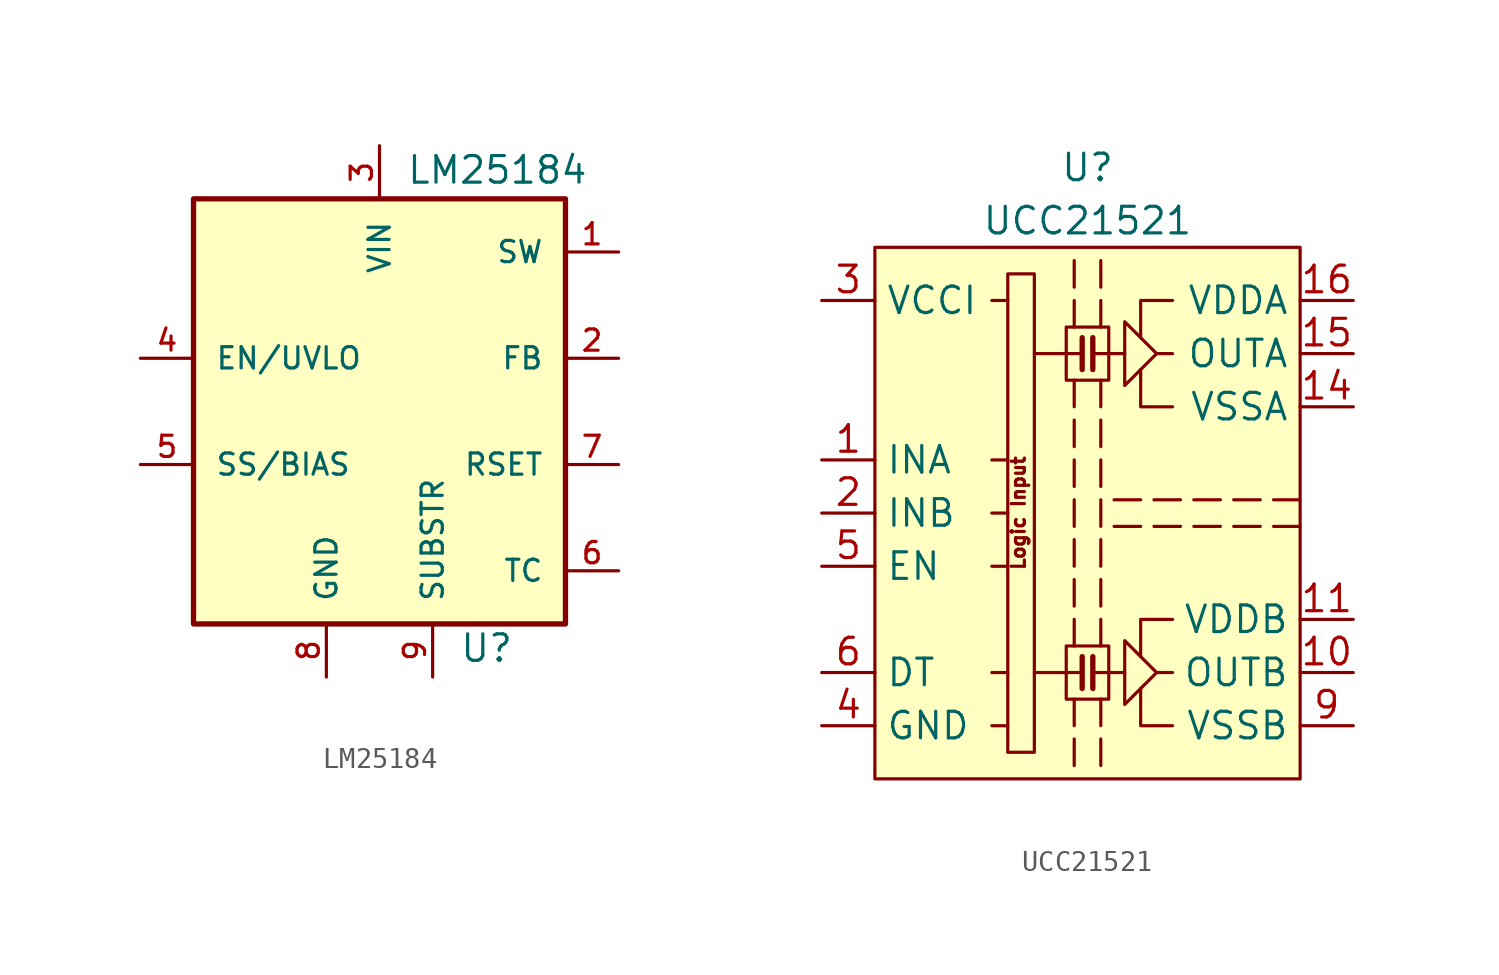
<source format=kicad_sym>
(kicad_symbol_lib
  (version 20211014)
  (generator kicad_symbol_editor)
  (symbol "LM25184"
    (pin_names
      (offset 1.016))
    (property "Reference" "U"
      (at 3.81 -12.065 0)
      (effects (font (size 1.27 1.27)) (justify left bottom)))
    (property "Value" "LM25184"
      (at 1.27 10.795 0)
      (effects (font (size 1.27 1.27)) (justify left bottom)))
    (symbol "LM25184_0_0"
      (rectangle (start -8.89 -10.16) (end 8.89 10.16) (stroke (width 0.254) (type default) (color 0 0 0 0)) (fill (type background)))
      (pin output line (at 11.43 7.62 180) (length 2.54) (name "SW" (effects (font (size 1.016 1.016)))) (number "1" (effects (font (size 1.016 1.016)))))
      (pin input line (at 11.43 2.54 180) (length 2.54) (name "FB" (effects (font (size 1.016 1.016)))) (number "2" (effects (font (size 1.016 1.016)))))
      (pin input line (at 0 12.7 270) (length 2.54) (name "VIN" (effects (font (size 1.016 1.016)))) (number "3" (effects (font (size 1.016 1.016)))))
      (pin input line (at -11.43 2.54 0) (length 2.54) (name "EN/UVLO" (effects (font (size 1.016 1.016)))) (number "4" (effects (font (size 1.016 1.016)))))
      (pin input line (at -11.43 -2.54 0) (length 2.54) (name "SS/BIAS" (effects (font (size 1.016 1.016)))) (number "5" (effects (font (size 1.016 1.016)))))
      (pin passive line (at 11.43 -7.62 180) (length 2.54) (name "TC" (effects (font (size 1.016 1.016)))) (number "6" (effects (font (size 1.016 1.016)))))
      (pin passive line (at 11.43 -2.54 180) (length 2.54) (name "RSET" (effects (font (size 1.016 1.016)))) (number "7" (effects (font (size 1.016 1.016)))))
      (pin power_in line (at -2.54 -12.7 90) (length 2.54) (name "GND" (effects (font (size 1.016 1.016)))) (number "8" (effects (font (size 1.016 1.016)))))
      (pin power_in line (at 2.54 -12.7 90) (length 2.54) (name "SUBSTR" (effects (font (size 1.016 1.016)))) (number "9" (effects (font (size 1.016 1.016)))))))
  (symbol "UCC21521"
    (property "Reference" "U"
      (at 0 16.51 0)
      (effects (font (size 1.27 1.27))))
    (property "Value" "UCC21521"
      (at 0 13.97 0)
      (effects (font (size 1.27 1.27))))
    (symbol "UCC21521_0_0"
      (polyline (pts (xy -0.635 6.35) (xy -0.635 5.08)) (stroke (width 0) (type default) (color 0 0 0 0)) (fill (type none)))
      (polyline (pts (xy -0.635 10.16) (xy -0.635 8.89)) (stroke (width 0) (type default) (color 0 0 0 0)) (fill (type none)))
      (polyline (pts (xy -0.635 12.065) (xy -0.635 10.795)) (stroke (width 0) (type default) (color 0 0 0 0)) (fill (type none)))
      (polyline (pts (xy -0.254 -7.62) (xy -2.54 -7.62)) (stroke (width 0) (type default) (color 0 0 0 0)) (fill (type none)))
      (polyline (pts (xy -0.254 -6.858) (xy -0.254 -8.382)) (stroke (width 0.254) (type default) (color 0 0 0 0)) (fill (type none)))
      (polyline (pts (xy -0.254 7.62) (xy -2.54 7.62)) (stroke (width 0) (type default) (color 0 0 0 0)) (fill (type none)))
      (polyline (pts (xy -0.254 8.382) (xy -0.254 6.858)) (stroke (width 0.254) (type default) (color 0 0 0 0)) (fill (type none)))
      (polyline (pts (xy 0.254 -7.62) (xy 1.778 -7.62)) (stroke (width 0) (type default) (color 0 0 0 0)) (fill (type none)))
      (polyline (pts (xy 0.254 -6.858) (xy 0.254 -8.382)) (stroke (width 0.254) (type default) (color 0 0 0 0)) (fill (type none)))
      (polyline (pts (xy 0.254 7.62) (xy 1.778 7.62)) (stroke (width 0) (type default) (color 0 0 0 0)) (fill (type none)))
      (polyline (pts (xy 0.254 8.382) (xy 0.254 6.858)) (stroke (width 0.254) (type default) (color 0 0 0 0)) (fill (type none)))
      (polyline (pts (xy 0.635 6.35) (xy 0.635 5.08)) (stroke (width 0) (type default) (color 0 0 0 0)) (fill (type none)))
      (polyline (pts (xy 0.635 8.89) (xy 0.635 10.16)) (stroke (width 0) (type default) (color 0 0 0 0)) (fill (type none)))
      (polyline (pts (xy 0.635 10.795) (xy 0.635 12.065)) (stroke (width 0) (type default) (color 0 0 0 0)) (fill (type none)))
      (polyline (pts (xy 2.54 -0.635) (xy 1.27 -0.635)) (stroke (width 0) (type default) (color 0 0 0 0)) (fill (type none)))
      (polyline (pts (xy 2.54 0.635) (xy 1.27 0.635)) (stroke (width 0) (type default) (color 0 0 0 0)) (fill (type none)))
      (polyline (pts (xy 4.064 -7.62) (xy 3.302 -7.62)) (stroke (width 0) (type default) (color 0 0 0 0)) (fill (type none)))
      (polyline (pts (xy 4.064 7.62) (xy 3.302 7.62)) (stroke (width 0) (type default) (color 0 0 0 0)) (fill (type none)))
      (polyline (pts (xy 4.445 -0.635) (xy 3.175 -0.635)) (stroke (width 0) (type default) (color 0 0 0 0)) (fill (type none)))
      (polyline (pts (xy 4.445 0.635) (xy 3.175 0.635)) (stroke (width 0) (type default) (color 0 0 0 0)) (fill (type none)))
      (polyline (pts (xy 6.35 -0.635) (xy 5.08 -0.635)) (stroke (width 0) (type default) (color 0 0 0 0)) (fill (type none)))
      (polyline (pts (xy 6.35 0.635) (xy 5.08 0.635)) (stroke (width 0) (type default) (color 0 0 0 0)) (fill (type none)))
      (polyline (pts (xy 8.255 -0.635) (xy 6.985 -0.635)) (stroke (width 0) (type default) (color 0 0 0 0)) (fill (type none)))
      (polyline (pts (xy 8.255 0.635) (xy 6.985 0.635)) (stroke (width 0) (type default) (color 0 0 0 0)) (fill (type none)))
      (polyline (pts (xy 10.16 -0.635) (xy 8.89 -0.635)) (stroke (width 0) (type default) (color 0 0 0 0)) (fill (type none)))
      (polyline (pts (xy 10.16 0.635) (xy 8.89 0.635)) (stroke (width 0) (type default) (color 0 0 0 0)) (fill (type none)))
      (polyline (pts (xy 4.064 -10.16) (xy 2.54 -10.16) (xy 2.54 -8.382)) (stroke (width 0) (type default) (color 0 0 0 0)) (fill (type none)))
      (polyline (pts (xy 4.064 -5.08) (xy 2.54 -5.08) (xy 2.54 -6.858)) (stroke (width 0) (type default) (color 0 0 0 0)) (fill (type none)))
      (polyline (pts (xy 4.064 5.08) (xy 2.54 5.08) (xy 2.54 6.858)) (stroke (width 0) (type default) (color 0 0 0 0)) (fill (type none)))
      (polyline (pts (xy 4.064 10.16) (xy 2.54 10.16) (xy 2.54 8.382)) (stroke (width 0) (type default) (color 0 0 0 0)) (fill (type none)))
      (polyline (pts (xy 3.302 -7.62) (xy 1.778 -9.144) (xy 1.778 -6.096) (xy 3.302 -7.62)) (stroke (width 0) (type default) (color 0 0 0 0)) (fill (type none)))
      (polyline (pts (xy 3.302 7.62) (xy 1.778 6.096) (xy 1.778 9.144) (xy 3.302 7.62)) (stroke (width 0) (type default) (color 0 0 0 0)) (fill (type none)))
      (rectangle (start 1.016 -6.35) (end -1.016 -8.89) (stroke (width 0) (type default) (color 0 0 0 0)) (fill (type none)))
      (rectangle (start 1.016 8.89) (end -1.016 6.35) (stroke (width 0) (type default) (color 0 0 0 0)) (fill (type none)))
      (text "Logic Input" (at -3.302 0 900) (effects (font (size 0.635 0.635)))))
    (symbol "UCC21521_0_1"
      (rectangle (start -3.81 11.43) (end -2.54 -11.43) (stroke (width 0) (type default) (color 0 0 0 0)) (fill (type none)))
      (polyline (pts (xy -3.81 -10.16) (xy -4.572 -10.16)) (stroke (width 0) (type default) (color 0 0 0 0)) (fill (type none)))
      (polyline (pts (xy -3.81 -7.62) (xy -4.572 -7.62)) (stroke (width 0) (type default) (color 0 0 0 0)) (fill (type none)))
      (polyline (pts (xy -3.81 -2.54) (xy -4.572 -2.54)) (stroke (width 0) (type default) (color 0 0 0 0)) (fill (type none)))
      (polyline (pts (xy -3.81 0) (xy -4.572 0)) (stroke (width 0) (type default) (color 0 0 0 0)) (fill (type none)))
      (polyline (pts (xy -3.81 2.54) (xy -4.572 2.54)) (stroke (width 0) (type default) (color 0 0 0 0)) (fill (type none)))
      (polyline (pts (xy -3.81 10.16) (xy -4.572 10.16)) (stroke (width 0) (type default) (color 0 0 0 0)) (fill (type none)))
      (polyline (pts (xy -0.635 -10.795) (xy -0.635 -12.065)) (stroke (width 0) (type default) (color 0 0 0 0)) (fill (type none)))
      (polyline (pts (xy -0.635 -8.89) (xy -0.635 -10.16)) (stroke (width 0) (type default) (color 0 0 0 0)) (fill (type none)))
      (polyline (pts (xy -0.635 -5.08) (xy -0.635 -6.35)) (stroke (width 0) (type default) (color 0 0 0 0)) (fill (type none)))
      (polyline (pts (xy -0.635 -3.175) (xy -0.635 -4.445)) (stroke (width 0) (type default) (color 0 0 0 0)) (fill (type none)))
      (polyline (pts (xy -0.635 -1.27) (xy -0.635 -2.54)) (stroke (width 0) (type default) (color 0 0 0 0)) (fill (type none)))
      (polyline (pts (xy -0.635 0.635) (xy -0.635 -0.635)) (stroke (width 0) (type default) (color 0 0 0 0)) (fill (type none)))
      (polyline (pts (xy -0.635 2.54) (xy -0.635 1.27)) (stroke (width 0) (type default) (color 0 0 0 0)) (fill (type none)))
      (polyline (pts (xy -0.635 4.445) (xy -0.635 3.175)) (stroke (width 0) (type default) (color 0 0 0 0)) (fill (type none)))
      (polyline (pts (xy 0.635 -10.795) (xy 0.635 -12.065)) (stroke (width 0) (type default) (color 0 0 0 0)) (fill (type none)))
      (polyline (pts (xy 0.635 -8.89) (xy 0.635 -10.16)) (stroke (width 0) (type default) (color 0 0 0 0)) (fill (type none)))
      (polyline (pts (xy 0.635 -5.08) (xy 0.635 -6.35)) (stroke (width 0) (type default) (color 0 0 0 0)) (fill (type none)))
      (polyline (pts (xy 0.635 -3.175) (xy 0.635 -4.445)) (stroke (width 0) (type default) (color 0 0 0 0)) (fill (type none)))
      (polyline (pts (xy 0.635 -1.27) (xy 0.635 -2.54)) (stroke (width 0) (type default) (color 0 0 0 0)) (fill (type none)))
      (polyline (pts (xy 0.635 0.635) (xy 0.635 -0.635)) (stroke (width 0) (type default) (color 0 0 0 0)) (fill (type none)))
      (polyline (pts (xy 0.635 2.54) (xy 0.635 1.27)) (stroke (width 0) (type default) (color 0 0 0 0)) (fill (type none)))
      (polyline (pts (xy 0.635 4.445) (xy 0.635 3.175)) (stroke (width 0) (type default) (color 0 0 0 0)) (fill (type none)))
      (rectangle (start 10.16 12.7) (end -10.16 -12.7) (stroke (width 0) (type default) (color 0 0 0 0)) (fill (type background))))
    (symbol "UCC21521_1_1"
      (pin input line (at -12.7 2.54 0) (length 2.54) (name "INA" (effects (font (size 1.27 1.27)))) (number "1" (effects (font (size 1.27 1.27)))))
      (pin output line (at 12.7 -7.62 180) (length 2.54) (name "OUTB" (effects (font (size 1.27 1.27)))) (number "10" (effects (font (size 1.27 1.27)))))
      (pin power_in line (at 12.7 -5.08 180) (length 2.54) (name "VDDB" (effects (font (size 1.27 1.27)))) (number "11" (effects (font (size 1.27 1.27)))))
      (pin no_connect line (at 10.16 -2.54 180) (length 2.54) hide (name "NC" (effects (font (size 1.27 1.27)))) (number "12" (effects (font (size 1.27 1.27)))))
      (pin no_connect line (at 10.16 2.54 180) (length 2.54) hide (name "NC" (effects (font (size 1.27 1.27)))) (number "13" (effects (font (size 1.27 1.27)))))
      (pin power_in line (at 12.7 5.08 180) (length 2.54) (name "VSSA" (effects (font (size 1.27 1.27)))) (number "14" (effects (font (size 1.27 1.27)))))
      (pin output line (at 12.7 7.62 180) (length 2.54) (name "OUTA" (effects (font (size 1.27 1.27)))) (number "15" (effects (font (size 1.27 1.27)))))
      (pin power_in line (at 12.7 10.16 180) (length 2.54) (name "VDDA" (effects (font (size 1.27 1.27)))) (number "16" (effects (font (size 1.27 1.27)))))
      (pin input line (at -12.7 0 0) (length 2.54) (name "INB" (effects (font (size 1.27 1.27)))) (number "2" (effects (font (size 1.27 1.27)))))
      (pin power_in line (at -12.7 10.16 0) (length 2.54) (name "VCCI" (effects (font (size 1.27 1.27)))) (number "3" (effects (font (size 1.27 1.27)))))
      (pin power_in line (at -12.7 -10.16 0) (length 2.54) (name "GND" (effects (font (size 1.27 1.27)))) (number "4" (effects (font (size 1.27 1.27)))))
      (pin input line (at -12.7 -2.54 0) (length 2.54) (name "EN" (effects (font (size 1.27 1.27)))) (number "5" (effects (font (size 1.27 1.27)))))
      (pin passive line (at -12.7 -7.62 0) (length 2.54) (name "DT" (effects (font (size 1.27 1.27)))) (number "6" (effects (font (size 1.27 1.27)))))
      (pin no_connect line (at -10.16 -5.08 0) (length 2.54) hide (name "NC" (effects (font (size 1.27 1.27)))) (number "7" (effects (font (size 1.27 1.27)))))
      (pin passive line (at -12.7 10.16 0) (length 2.54) hide (name "VCCI" (effects (font (size 1.27 1.27)))) (number "8" (effects (font (size 1.27 1.27)))))
      (pin power_in line (at 12.7 -10.16 180) (length 2.54) (name "VSSB" (effects (font (size 1.27 1.27)))) (number "9" (effects (font (size 1.27 1.27))))))))
</source>
